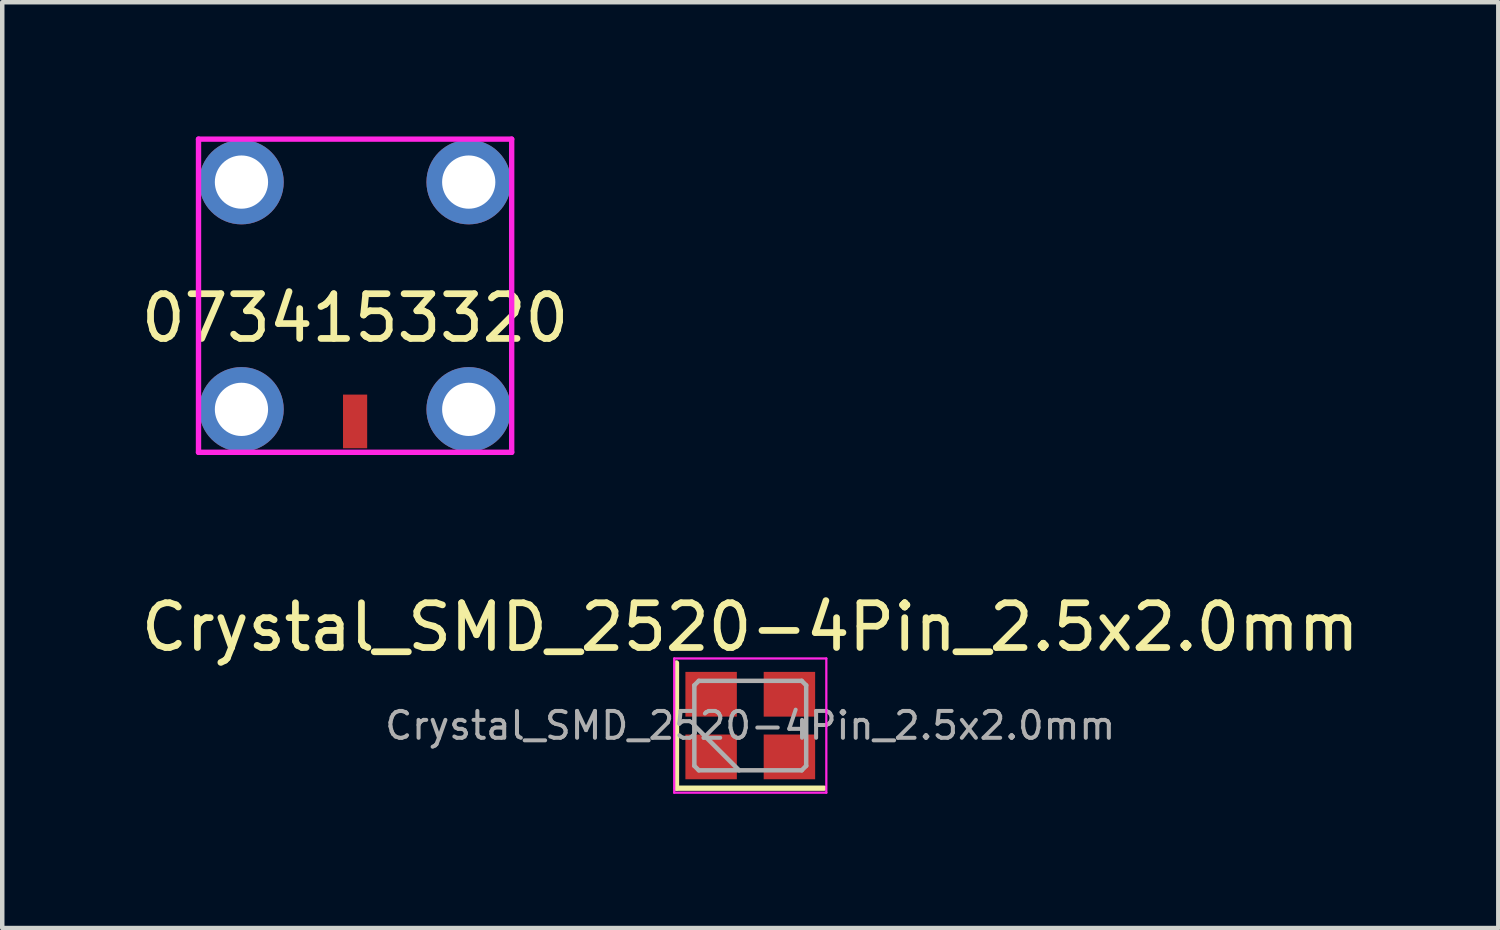
<source format=kicad_pcb>
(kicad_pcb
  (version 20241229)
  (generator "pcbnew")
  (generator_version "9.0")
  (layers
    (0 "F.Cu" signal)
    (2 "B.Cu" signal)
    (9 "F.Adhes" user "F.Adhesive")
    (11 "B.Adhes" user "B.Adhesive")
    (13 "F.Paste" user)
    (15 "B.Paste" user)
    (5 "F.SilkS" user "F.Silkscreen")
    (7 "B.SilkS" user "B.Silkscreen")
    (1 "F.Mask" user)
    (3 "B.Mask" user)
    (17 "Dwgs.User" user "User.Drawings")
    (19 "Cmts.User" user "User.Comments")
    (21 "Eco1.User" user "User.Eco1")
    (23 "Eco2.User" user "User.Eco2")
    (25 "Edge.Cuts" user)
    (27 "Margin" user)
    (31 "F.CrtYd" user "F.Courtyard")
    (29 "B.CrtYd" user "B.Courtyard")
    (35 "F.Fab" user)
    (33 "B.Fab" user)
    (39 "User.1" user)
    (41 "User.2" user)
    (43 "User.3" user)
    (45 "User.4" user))
  (footprint "0734153320"
    (layer "F.Cu")
    (at 4.887 3.56)
    (property "Reference" "0734153320" (at 0 0.5 0) (layer "F.SilkS") (effects (font (size 1 1) (thickness 0.15))))
    (attr through_hole)
    (fp_poly (pts (xy -3.5 -3.5) (xy 3.5 -3.5) (xy 3.5 3.5) (xy -3.5 3.5)) (stroke (width 0.1) (type solid)) (fill yes) (layer "F.Mask"))
    (fp_line (start -3.5 -3.5) (end 3.5 -3.5) (stroke (width 0.12) (type solid)) (layer "F.CrtYd"))
    (fp_line (start -3.5 3.5) (end -3.5 -3.5) (stroke (width 0.12) (type solid)) (layer "F.CrtYd"))
    (fp_line (start -3.5 3.5) (end 3.5 3.5) (stroke (width 0.12) (type solid)) (layer "F.CrtYd"))
    (fp_line (start 3.5 3.5) (end 3.5 -3.5) (stroke (width 0.12) (type solid)) (layer "F.CrtYd"))
    (pad "1" smd rect (at 0 2.81) (size 0.54 1.2) (layers "F.Cu" "F.Mask"))
    (pad "2" thru_hole circle (at -2.54 -2.54) (size 1.89 1.89) (drill 1.19) (layers "*.Cu" "*.Mask"))
    (pad "2" thru_hole circle (at -2.54 2.54) (size 1.89 1.89) (drill 1.19) (layers "*.Cu" "*.Mask"))
    (pad "2" thru_hole circle (at 2.54 -2.54) (size 1.89 1.89) (drill 1.19) (layers "*.Cu" "*.Mask"))
    (pad "2" thru_hole circle (at 2.54 2.54) (size 1.89 1.89) (drill 1.19) (layers "*.Cu" "*.Mask")))
  (footprint "Crystal_SMD_2520-4Pin_2.5x2.0mm"
    (layer "F.Cu")
    (at 13.72 13.168)
    (property "Reference" "Crystal_SMD_2520-4Pin_2.5x2.0mm" (at 0 -2.2 0) (layer "F.SilkS") (effects (font (size 1 1) (thickness 0.15))))
    (attr smd)
    (fp_line (start -1.65 -1.4) (end -1.65 1.4) (stroke (width 0.12) (type solid)) (layer "F.SilkS"))
    (fp_line (start -1.65 1.4) (end 1.65 1.4) (stroke (width 0.12) (type solid)) (layer "F.SilkS"))
    (fp_line (start -1.7 -1.5) (end -1.7 1.5) (stroke (width 0.05) (type solid)) (layer "F.CrtYd"))
    (fp_line (start -1.7 1.5) (end 1.7 1.5) (stroke (width 0.05) (type solid)) (layer "F.CrtYd"))
    (fp_line (start 1.7 -1.5) (end -1.7 -1.5) (stroke (width 0.05) (type solid)) (layer "F.CrtYd"))
    (fp_line (start 1.7 1.5) (end 1.7 -1.5) (stroke (width 0.05) (type solid)) (layer "F.CrtYd"))
    (fp_line (start -1.25 -0.9) (end -1.15 -1) (stroke (width 0.1) (type solid)) (layer "F.Fab"))
    (fp_line (start -1.25 0) (end -0.25 1) (stroke (width 0.1) (type solid)) (layer "F.Fab"))
    (fp_line (start -1.25 0.9) (end -1.25 -0.9) (stroke (width 0.1) (type solid)) (layer "F.Fab"))
    (fp_line (start -1.15 -1) (end 1.15 -1) (stroke (width 0.1) (type solid)) (layer "F.Fab"))
    (fp_line (start -1.15 1) (end -1.25 0.9) (stroke (width 0.1) (type solid)) (layer "F.Fab"))
    (fp_line (start 1.15 -1) (end 1.25 -0.9) (stroke (width 0.1) (type solid)) (layer "F.Fab"))
    (fp_line (start 1.15 1) (end -1.15 1) (stroke (width 0.1) (type solid)) (layer "F.Fab"))
    (fp_line (start 1.25 -0.9) (end 1.25 0.9) (stroke (width 0.1) (type solid)) (layer "F.Fab"))
    (fp_line (start 1.25 0.9) (end 1.15 1) (stroke (width 0.1) (type solid)) (layer "F.Fab"))
    (fp_text user "${REFERENCE}" (at 0 0 0) (layer "F.Fab") (effects (font (size 0.6 0.6) (thickness 0.09))))
    (pad "1" smd rect (at -0.875 0.7) (size 1.15 1) (layers "F.Cu" "F.Mask" "F.Paste"))
    (pad "2" smd rect (at 0.875 0.7) (size 1.15 1) (layers "F.Cu" "F.Mask" "F.Paste"))
    (pad "3" smd rect (at 0.875 -0.7) (size 1.15 1) (layers "F.Cu" "F.Mask" "F.Paste"))
    (pad "4" smd rect (at -0.875 -0.7) (size 1.15 1) (layers "F.Cu" "F.Mask" "F.Paste")))
  (gr_rect
    (start -3 -3)
    (end 30.44 17.693)
    (stroke (width 0.1) (type default))
    (fill no)
    (layer "Edge.Cuts")))
</source>
